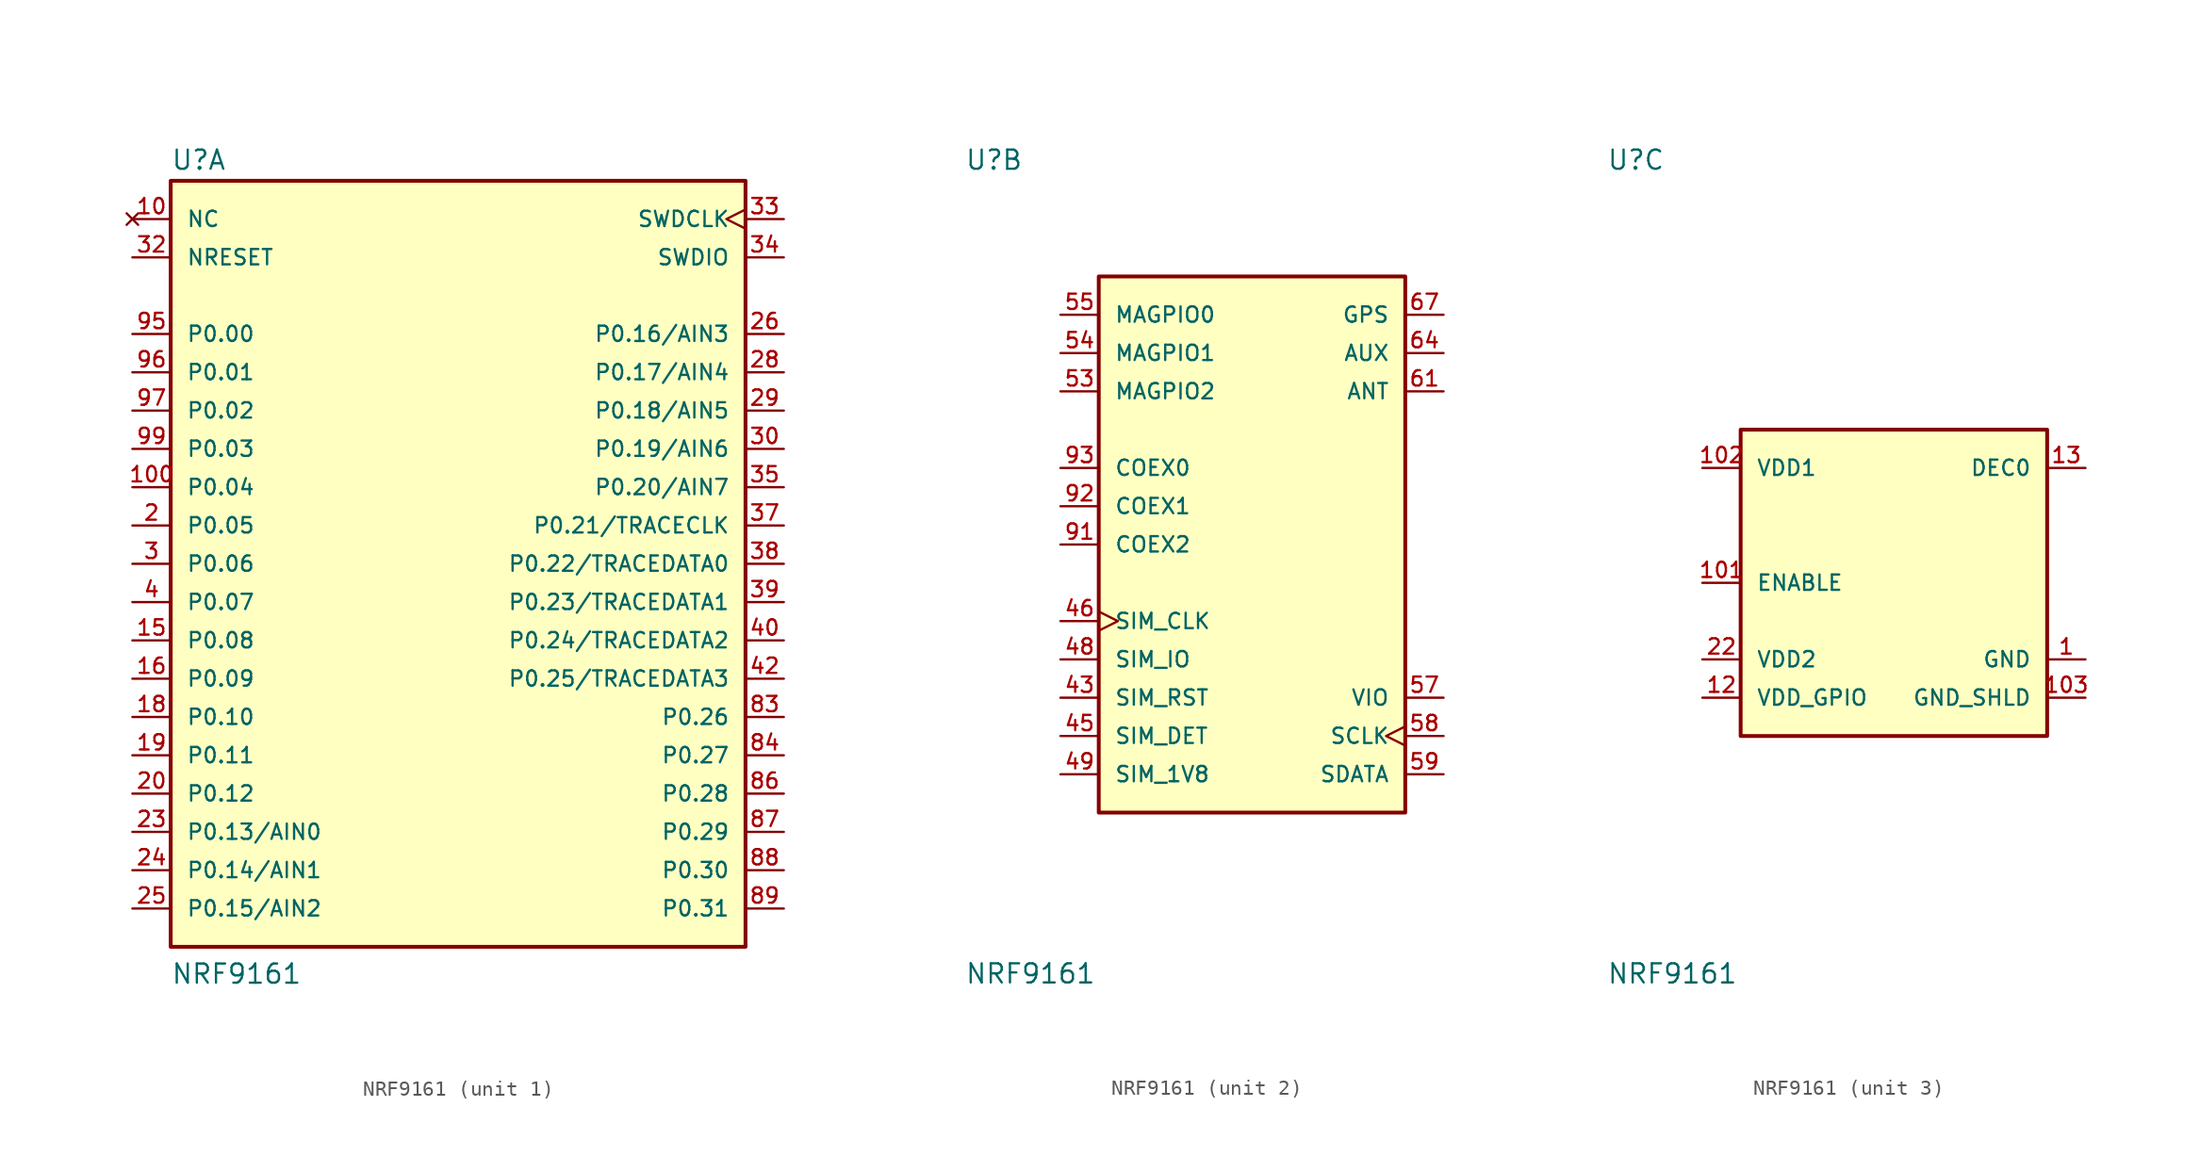
<source format=kicad_sym>
(kicad_symbol_lib
  (version 20231120)
  (generator "kicad_symbol_editor")
  (generator_version "8.0")
  (symbol "NRF9161"
    (pin_names
      (offset 1.016))
    (property "Reference" "U"
      (at -19.05 26.035 0)
      (effects (font (size 1.27 1.27)) (justify left bottom)))
    (property "Value" "NRF9161"
      (at -19.05 -27.94 0)
      (effects (font (size 1.27 1.27)) (justify left bottom)))
    (property "ki_locked" ""
      (at 0 0 0)
      (effects (font (size 1.27 1.27))))
    (symbol "NRF9161_1_0"
      (rectangle (start -19.05 25.4) (end 19.05 -25.4) (stroke (width 0.254) (type default)) (fill (type background)))
      (pin no_connect line (at -21.59 22.86 0) (length 2.54) (name "NC" (effects (font (size 1.016 1.016)))) (number "10" (effects (font (size 1.016 1.016)))))
      (pin bidirectional line (at -21.59 5.08 0) (length 2.54) (name "P0.04" (effects (font (size 1.016 1.016)))) (number "100" (effects (font (size 1.016 1.016)))))
      (pin no_connect line (at -21.59 22.86 0) (length 2.54) hide (name "NC" (effects (font (size 1.016 1.016)))) (number "104" (effects (font (size 1.016 1.016)))))
      (pin no_connect line (at -21.59 22.86 0) (length 2.54) hide (name "NC" (effects (font (size 1.016 1.016)))) (number "105" (effects (font (size 1.016 1.016)))))
      (pin no_connect line (at -21.59 22.86 0) (length 2.54) hide (name "NC" (effects (font (size 1.016 1.016)))) (number "106" (effects (font (size 1.016 1.016)))))
      (pin no_connect line (at -21.59 22.86 0) (length 2.54) hide (name "NC" (effects (font (size 1.016 1.016)))) (number "107" (effects (font (size 1.016 1.016)))))
      (pin no_connect line (at -21.59 22.86 0) (length 2.54) hide (name "NC" (effects (font (size 1.016 1.016)))) (number "108" (effects (font (size 1.016 1.016)))))
      (pin no_connect line (at -21.59 22.86 0) (length 2.54) hide (name "NC" (effects (font (size 1.016 1.016)))) (number "109" (effects (font (size 1.016 1.016)))))
      (pin no_connect line (at -21.59 22.86 0) (length 2.54) hide (name "NC" (effects (font (size 1.016 1.016)))) (number "110" (effects (font (size 1.016 1.016)))))
      (pin no_connect line (at -21.59 22.86 0) (length 2.54) hide (name "NC" (effects (font (size 1.016 1.016)))) (number "111" (effects (font (size 1.016 1.016)))))
      (pin no_connect line (at -21.59 22.86 0) (length 2.54) hide (name "NC" (effects (font (size 1.016 1.016)))) (number "112" (effects (font (size 1.016 1.016)))))
      (pin no_connect line (at -21.59 22.86 0) (length 2.54) hide (name "NC" (effects (font (size 1.016 1.016)))) (number "113" (effects (font (size 1.016 1.016)))))
      (pin no_connect line (at -21.59 22.86 0) (length 2.54) hide (name "NC" (effects (font (size 1.016 1.016)))) (number "114" (effects (font (size 1.016 1.016)))))
      (pin no_connect line (at -21.59 22.86 0) (length 2.54) hide (name "NC" (effects (font (size 1.016 1.016)))) (number "115" (effects (font (size 1.016 1.016)))))
      (pin no_connect line (at -21.59 22.86 0) (length 2.54) hide (name "NC" (effects (font (size 1.016 1.016)))) (number "116" (effects (font (size 1.016 1.016)))))
      (pin no_connect line (at -21.59 22.86 0) (length 2.54) hide (name "NC" (effects (font (size 1.016 1.016)))) (number "117" (effects (font (size 1.016 1.016)))))
      (pin no_connect line (at -21.59 22.86 0) (length 2.54) hide (name "NC" (effects (font (size 1.016 1.016)))) (number "118" (effects (font (size 1.016 1.016)))))
      (pin no_connect line (at -21.59 22.86 0) (length 2.54) hide (name "NC" (effects (font (size 1.016 1.016)))) (number "119" (effects (font (size 1.016 1.016)))))
      (pin no_connect line (at -21.59 22.86 0) (length 2.54) hide (name "NC" (effects (font (size 1.016 1.016)))) (number "120" (effects (font (size 1.016 1.016)))))
      (pin no_connect line (at -21.59 22.86 0) (length 2.54) hide (name "NC" (effects (font (size 1.016 1.016)))) (number "121" (effects (font (size 1.016 1.016)))))
      (pin no_connect line (at -21.59 22.86 0) (length 2.54) hide (name "NC" (effects (font (size 1.016 1.016)))) (number "122" (effects (font (size 1.016 1.016)))))
      (pin no_connect line (at -21.59 22.86 0) (length 2.54) hide (name "NC" (effects (font (size 1.016 1.016)))) (number "123" (effects (font (size 1.016 1.016)))))
      (pin no_connect line (at -21.59 22.86 0) (length 2.54) hide (name "NC" (effects (font (size 1.016 1.016)))) (number "124" (effects (font (size 1.016 1.016)))))
      (pin no_connect line (at -21.59 22.86 0) (length 2.54) hide (name "NC" (effects (font (size 1.016 1.016)))) (number "125" (effects (font (size 1.016 1.016)))))
      (pin no_connect line (at -21.59 22.86 0) (length 2.54) hide (name "NC" (effects (font (size 1.016 1.016)))) (number "126" (effects (font (size 1.016 1.016)))))
      (pin no_connect line (at -21.59 22.86 0) (length 2.54) hide (name "NC" (effects (font (size 1.016 1.016)))) (number "127" (effects (font (size 1.016 1.016)))))
      (pin bidirectional line (at -21.59 -5.08 0) (length 2.54) (name "P0.08" (effects (font (size 1.016 1.016)))) (number "15" (effects (font (size 1.016 1.016)))))
      (pin bidirectional line (at -21.59 -7.62 0) (length 2.54) (name "P0.09" (effects (font (size 1.016 1.016)))) (number "16" (effects (font (size 1.016 1.016)))))
      (pin bidirectional line (at -21.59 -10.16 0) (length 2.54) (name "P0.10" (effects (font (size 1.016 1.016)))) (number "18" (effects (font (size 1.016 1.016)))))
      (pin bidirectional line (at -21.59 -12.7 0) (length 2.54) (name "P0.11" (effects (font (size 1.016 1.016)))) (number "19" (effects (font (size 1.016 1.016)))))
      (pin bidirectional line (at -21.59 2.54 0) (length 2.54) (name "P0.05" (effects (font (size 1.016 1.016)))) (number "2" (effects (font (size 1.016 1.016)))))
      (pin bidirectional line (at -21.59 -15.24 0) (length 2.54) (name "P0.12" (effects (font (size 1.016 1.016)))) (number "20" (effects (font (size 1.016 1.016)))))
      (pin bidirectional line (at -21.59 -17.78 0) (length 2.54) (name "P0.13/AIN0" (effects (font (size 1.016 1.016)))) (number "23" (effects (font (size 1.016 1.016)))))
      (pin bidirectional line (at -21.59 -20.32 0) (length 2.54) (name "P0.14/AIN1" (effects (font (size 1.016 1.016)))) (number "24" (effects (font (size 1.016 1.016)))))
      (pin bidirectional line (at -21.59 -22.86 0) (length 2.54) (name "P0.15/AIN2" (effects (font (size 1.016 1.016)))) (number "25" (effects (font (size 1.016 1.016)))))
      (pin bidirectional line (at 21.59 15.24 180) (length 2.54) (name "P0.16/AIN3" (effects (font (size 1.016 1.016)))) (number "26" (effects (font (size 1.016 1.016)))))
      (pin bidirectional line (at 21.59 12.7 180) (length 2.54) (name "P0.17/AIN4" (effects (font (size 1.016 1.016)))) (number "28" (effects (font (size 1.016 1.016)))))
      (pin bidirectional line (at 21.59 10.16 180) (length 2.54) (name "P0.18/AIN5" (effects (font (size 1.016 1.016)))) (number "29" (effects (font (size 1.016 1.016)))))
      (pin bidirectional line (at -21.59 0 0) (length 2.54) (name "P0.06" (effects (font (size 1.016 1.016)))) (number "3" (effects (font (size 1.016 1.016)))))
      (pin bidirectional line (at 21.59 7.62 180) (length 2.54) (name "P0.19/AIN6" (effects (font (size 1.016 1.016)))) (number "30" (effects (font (size 1.016 1.016)))))
      (pin input line (at -21.59 20.32 0) (length 2.54) (name "NRESET" (effects (font (size 1.016 1.016)))) (number "32" (effects (font (size 1.016 1.016)))))
      (pin input clock (at 21.59 22.86 180) (length 2.54) (name "SWDCLK" (effects (font (size 1.016 1.016)))) (number "33" (effects (font (size 1.016 1.016)))))
      (pin bidirectional line (at 21.59 20.32 180) (length 2.54) (name "SWDIO" (effects (font (size 1.016 1.016)))) (number "34" (effects (font (size 1.016 1.016)))))
      (pin bidirectional line (at 21.59 5.08 180) (length 2.54) (name "P0.20/AIN7" (effects (font (size 1.016 1.016)))) (number "35" (effects (font (size 1.016 1.016)))))
      (pin bidirectional line (at 21.59 2.54 180) (length 2.54) (name "P0.21/TRACECLK" (effects (font (size 1.016 1.016)))) (number "37" (effects (font (size 1.016 1.016)))))
      (pin bidirectional line (at 21.59 0 180) (length 2.54) (name "P0.22/TRACEDATA0" (effects (font (size 1.016 1.016)))) (number "38" (effects (font (size 1.016 1.016)))))
      (pin bidirectional line (at 21.59 -2.54 180) (length 2.54) (name "P0.23/TRACEDATA1" (effects (font (size 1.016 1.016)))) (number "39" (effects (font (size 1.016 1.016)))))
      (pin bidirectional line (at -21.59 -2.54 0) (length 2.54) (name "P0.07" (effects (font (size 1.016 1.016)))) (number "4" (effects (font (size 1.016 1.016)))))
      (pin bidirectional line (at 21.59 -5.08 180) (length 2.54) (name "P0.24/TRACEDATA2" (effects (font (size 1.016 1.016)))) (number "40" (effects (font (size 1.016 1.016)))))
      (pin bidirectional line (at 21.59 -7.62 180) (length 2.54) (name "P0.25/TRACEDATA3" (effects (font (size 1.016 1.016)))) (number "42" (effects (font (size 1.016 1.016)))))
      (pin no_connect line (at -21.59 22.86 0) (length 2.54) hide (name "NC" (effects (font (size 1.016 1.016)))) (number "51" (effects (font (size 1.016 1.016)))))
      (pin no_connect line (at -21.59 22.86 0) (length 2.54) hide (name "NC" (effects (font (size 1.016 1.016)))) (number "70" (effects (font (size 1.016 1.016)))))
      (pin no_connect line (at -21.59 22.86 0) (length 2.54) hide (name "NC" (effects (font (size 1.016 1.016)))) (number "71" (effects (font (size 1.016 1.016)))))
      (pin no_connect line (at -21.59 22.86 0) (length 2.54) hide (name "NC" (effects (font (size 1.016 1.016)))) (number "73" (effects (font (size 1.016 1.016)))))
      (pin bidirectional line (at 21.59 -10.16 180) (length 2.54) (name "P0.26" (effects (font (size 1.016 1.016)))) (number "83" (effects (font (size 1.016 1.016)))))
      (pin bidirectional line (at 21.59 -12.7 180) (length 2.54) (name "P0.27" (effects (font (size 1.016 1.016)))) (number "84" (effects (font (size 1.016 1.016)))))
      (pin bidirectional line (at 21.59 -15.24 180) (length 2.54) (name "P0.28" (effects (font (size 1.016 1.016)))) (number "86" (effects (font (size 1.016 1.016)))))
      (pin bidirectional line (at 21.59 -17.78 180) (length 2.54) (name "P0.29" (effects (font (size 1.016 1.016)))) (number "87" (effects (font (size 1.016 1.016)))))
      (pin bidirectional line (at 21.59 -20.32 180) (length 2.54) (name "P0.30" (effects (font (size 1.016 1.016)))) (number "88" (effects (font (size 1.016 1.016)))))
      (pin bidirectional line (at 21.59 -22.86 180) (length 2.54) (name "P0.31" (effects (font (size 1.016 1.016)))) (number "89" (effects (font (size 1.016 1.016)))))
      (pin bidirectional line (at -21.59 15.24 0) (length 2.54) (name "P0.00" (effects (font (size 1.016 1.016)))) (number "95" (effects (font (size 1.016 1.016)))))
      (pin bidirectional line (at -21.59 12.7 0) (length 2.54) (name "P0.01" (effects (font (size 1.016 1.016)))) (number "96" (effects (font (size 1.016 1.016)))))
      (pin bidirectional line (at -21.59 10.16 0) (length 2.54) (name "P0.02" (effects (font (size 1.016 1.016)))) (number "97" (effects (font (size 1.016 1.016)))))
      (pin bidirectional line (at -21.59 7.62 0) (length 2.54) (name "P0.03" (effects (font (size 1.016 1.016)))) (number "99" (effects (font (size 1.016 1.016))))))
    (symbol "NRF9161_2_0"
      (rectangle (start -10.16 19.05) (end 10.16 -16.51) (stroke (width 0.254) (type default)) (fill (type background)))
      (pin bidirectional line (at -12.7 -8.89 0) (length 2.54) (name "SIM_RST" (effects (font (size 1.016 1.016)))) (number "43" (effects (font (size 1.016 1.016)))))
      (pin bidirectional line (at -12.7 -11.43 0) (length 2.54) (name "SIM_DET" (effects (font (size 1.016 1.016)))) (number "45" (effects (font (size 1.016 1.016)))))
      (pin bidirectional clock (at -12.7 -3.81 0) (length 2.54) (name "SIM_CLK" (effects (font (size 1.016 1.016)))) (number "46" (effects (font (size 1.016 1.016)))))
      (pin bidirectional line (at -12.7 -6.35 0) (length 2.54) (name "SIM_IO" (effects (font (size 1.016 1.016)))) (number "48" (effects (font (size 1.016 1.016)))))
      (pin power_in line (at -12.7 -13.97 0) (length 2.54) (name "SIM_1V8" (effects (font (size 1.016 1.016)))) (number "49" (effects (font (size 1.016 1.016)))))
      (pin bidirectional line (at -12.7 11.43 0) (length 2.54) (name "MAGPIO2" (effects (font (size 1.016 1.016)))) (number "53" (effects (font (size 1.016 1.016)))))
      (pin bidirectional line (at -12.7 13.97 0) (length 2.54) (name "MAGPIO1" (effects (font (size 1.016 1.016)))) (number "54" (effects (font (size 1.016 1.016)))))
      (pin bidirectional line (at -12.7 16.51 0) (length 2.54) (name "MAGPIO0" (effects (font (size 1.016 1.016)))) (number "55" (effects (font (size 1.016 1.016)))))
      (pin power_in line (at 12.7 -8.89 180) (length 2.54) (name "VIO" (effects (font (size 1.016 1.016)))) (number "57" (effects (font (size 1.016 1.016)))))
      (pin bidirectional clock (at 12.7 -11.43 180) (length 2.54) (name "SCLK" (effects (font (size 1.016 1.016)))) (number "58" (effects (font (size 1.016 1.016)))))
      (pin bidirectional line (at 12.7 -13.97 180) (length 2.54) (name "SDATA" (effects (font (size 1.016 1.016)))) (number "59" (effects (font (size 1.016 1.016)))))
      (pin bidirectional line (at 12.7 11.43 180) (length 2.54) (name "ANT" (effects (font (size 1.016 1.016)))) (number "61" (effects (font (size 1.016 1.016)))))
      (pin output line (at 12.7 13.97 180) (length 2.54) (name "AUX" (effects (font (size 1.016 1.016)))) (number "64" (effects (font (size 1.016 1.016)))))
      (pin input line (at 12.7 16.51 180) (length 2.54) (name "GPS" (effects (font (size 1.016 1.016)))) (number "67" (effects (font (size 1.016 1.016)))))
      (pin bidirectional line (at -12.7 1.27 0) (length 2.54) (name "COEX2" (effects (font (size 1.016 1.016)))) (number "91" (effects (font (size 1.016 1.016)))))
      (pin bidirectional line (at -12.7 3.81 0) (length 2.54) (name "COEX1" (effects (font (size 1.016 1.016)))) (number "92" (effects (font (size 1.016 1.016)))))
      (pin bidirectional line (at -12.7 6.35 0) (length 2.54) (name "COEX0" (effects (font (size 1.016 1.016)))) (number "93" (effects (font (size 1.016 1.016))))))
    (symbol "NRF9161_3_0"
      (rectangle (start -10.16 8.89) (end 10.16 -11.43) (stroke (width 0.254) (type default)) (fill (type background)))
      (pin power_in line (at 12.7 -6.35 180) (length 2.54) (name "GND" (effects (font (size 1.016 1.016)))) (number "1" (effects (font (size 1.016 1.016)))))
      (pin input line (at -12.7 -1.27 0) (length 2.54) (name "ENABLE" (effects (font (size 1.016 1.016)))) (number "101" (effects (font (size 1.016 1.016)))))
      (pin power_in line (at -12.7 6.35 0) (length 2.54) (name "VDD1" (effects (font (size 1.016 1.016)))) (number "102" (effects (font (size 1.016 1.016)))))
      (pin power_in line (at 12.7 -8.89 180) (length 2.54) (name "GND_SHLD" (effects (font (size 1.016 1.016)))) (number "103" (effects (font (size 1.016 1.016)))))
      (pin power_in line (at 12.7 -8.89 180) (length 2.54) hide (name "GND_SHLD" (effects (font (size 1.016 1.016)))) (number "103_10" (effects (font (size 1.016 1.016)))))
      (pin power_in line (at 12.7 -8.89 180) (length 2.54) hide (name "GND_SHLD" (effects (font (size 1.016 1.016)))) (number "103_11" (effects (font (size 1.016 1.016)))))
      (pin power_in line (at 12.7 -8.89 180) (length 2.54) hide (name "GND_SHLD" (effects (font (size 1.016 1.016)))) (number "103_12" (effects (font (size 1.016 1.016)))))
      (pin power_in line (at 12.7 -8.89 180) (length 2.54) hide (name "GND_SHLD" (effects (font (size 1.016 1.016)))) (number "103_13" (effects (font (size 1.016 1.016)))))
      (pin power_in line (at 12.7 -8.89 180) (length 2.54) hide (name "GND_SHLD" (effects (font (size 1.016 1.016)))) (number "103_14" (effects (font (size 1.016 1.016)))))
      (pin power_in line (at 12.7 -8.89 180) (length 2.54) hide (name "GND_SHLD" (effects (font (size 1.016 1.016)))) (number "103_15" (effects (font (size 1.016 1.016)))))
      (pin power_in line (at 12.7 -8.89 180) (length 2.54) hide (name "GND_SHLD" (effects (font (size 1.016 1.016)))) (number "103_16" (effects (font (size 1.016 1.016)))))
      (pin power_in line (at 12.7 -8.89 180) (length 2.54) hide (name "GND_SHLD" (effects (font (size 1.016 1.016)))) (number "103_17" (effects (font (size 1.016 1.016)))))
      (pin power_in line (at 12.7 -8.89 180) (length 2.54) hide (name "GND_SHLD" (effects (font (size 1.016 1.016)))) (number "103_18" (effects (font (size 1.016 1.016)))))
      (pin power_in line (at 12.7 -8.89 180) (length 2.54) hide (name "GND_SHLD" (effects (font (size 1.016 1.016)))) (number "103_19" (effects (font (size 1.016 1.016)))))
      (pin power_in line (at 12.7 -8.89 180) (length 2.54) hide (name "GND_SHLD" (effects (font (size 1.016 1.016)))) (number "103_2" (effects (font (size 1.016 1.016)))))
      (pin power_in line (at 12.7 -8.89 180) (length 2.54) hide (name "GND_SHLD" (effects (font (size 1.016 1.016)))) (number "103_20" (effects (font (size 1.016 1.016)))))
      (pin power_in line (at 12.7 -8.89 180) (length 2.54) hide (name "GND_SHLD" (effects (font (size 1.016 1.016)))) (number "103_21" (effects (font (size 1.016 1.016)))))
      (pin power_in line (at 12.7 -8.89 180) (length 2.54) hide (name "GND_SHLD" (effects (font (size 1.016 1.016)))) (number "103_23" (effects (font (size 1.016 1.016)))))
      (pin power_in line (at 12.7 -8.89 180) (length 2.54) hide (name "GND_SHLD" (effects (font (size 1.016 1.016)))) (number "103_24" (effects (font (size 1.016 1.016)))))
      (pin power_in line (at 12.7 -8.89 180) (length 2.54) hide (name "GND_SHLD" (effects (font (size 1.016 1.016)))) (number "103_25" (effects (font (size 1.016 1.016)))))
      (pin power_in line (at 12.7 -8.89 180) (length 2.54) hide (name "GND_SHLD" (effects (font (size 1.016 1.016)))) (number "103_26" (effects (font (size 1.016 1.016)))))
      (pin power_in line (at 12.7 -8.89 180) (length 2.54) hide (name "GND_SHLD" (effects (font (size 1.016 1.016)))) (number "103_27" (effects (font (size 1.016 1.016)))))
      (pin power_in line (at 12.7 -8.89 180) (length 2.54) hide (name "GND_SHLD" (effects (font (size 1.016 1.016)))) (number "103_28" (effects (font (size 1.016 1.016)))))
      (pin power_in line (at 12.7 -8.89 180) (length 2.54) hide (name "GND_SHLD" (effects (font (size 1.016 1.016)))) (number "103_29" (effects (font (size 1.016 1.016)))))
      (pin power_in line (at 12.7 -8.89 180) (length 2.54) hide (name "GND_SHLD" (effects (font (size 1.016 1.016)))) (number "103_3" (effects (font (size 1.016 1.016)))))
      (pin power_in line (at 12.7 -8.89 180) (length 2.54) hide (name "GND_SHLD" (effects (font (size 1.016 1.016)))) (number "103_30" (effects (font (size 1.016 1.016)))))
      (pin power_in line (at 12.7 -8.89 180) (length 2.54) hide (name "GND_SHLD" (effects (font (size 1.016 1.016)))) (number "103_31" (effects (font (size 1.016 1.016)))))
      (pin power_in line (at 12.7 -8.89 180) (length 2.54) hide (name "GND_SHLD" (effects (font (size 1.016 1.016)))) (number "103_32" (effects (font (size 1.016 1.016)))))
      (pin power_in line (at 12.7 -8.89 180) (length 2.54) hide (name "GND_SHLD" (effects (font (size 1.016 1.016)))) (number "103_33" (effects (font (size 1.016 1.016)))))
      (pin power_in line (at 12.7 -8.89 180) (length 2.54) hide (name "GND_SHLD" (effects (font (size 1.016 1.016)))) (number "103_34" (effects (font (size 1.016 1.016)))))
      (pin power_in line (at 12.7 -8.89 180) (length 2.54) hide (name "GND_SHLD" (effects (font (size 1.016 1.016)))) (number "103_35" (effects (font (size 1.016 1.016)))))
      (pin power_in line (at 12.7 -8.89 180) (length 2.54) hide (name "GND_SHLD" (effects (font (size 1.016 1.016)))) (number "103_4" (effects (font (size 1.016 1.016)))))
      (pin power_in line (at 12.7 -8.89 180) (length 2.54) hide (name "GND_SHLD" (effects (font (size 1.016 1.016)))) (number "103_5" (effects (font (size 1.016 1.016)))))
      (pin power_in line (at 12.7 -8.89 180) (length 2.54) hide (name "GND_SHLD" (effects (font (size 1.016 1.016)))) (number "103_6" (effects (font (size 1.016 1.016)))))
      (pin power_in line (at 12.7 -8.89 180) (length 2.54) hide (name "GND_SHLD" (effects (font (size 1.016 1.016)))) (number "103_7" (effects (font (size 1.016 1.016)))))
      (pin power_in line (at 12.7 -8.89 180) (length 2.54) hide (name "GND_SHLD" (effects (font (size 1.016 1.016)))) (number "103_9" (effects (font (size 1.016 1.016)))))
      (pin power_in line (at 12.7 -6.35 180) (length 2.54) hide (name "GND" (effects (font (size 1.016 1.016)))) (number "11" (effects (font (size 1.016 1.016)))))
      (pin power_in line (at -12.7 -8.89 0) (length 2.54) (name "VDD_GPIO" (effects (font (size 1.016 1.016)))) (number "12" (effects (font (size 1.016 1.016)))))
      (pin power_in line (at 12.7 6.35 180) (length 2.54) (name "DEC0" (effects (font (size 1.016 1.016)))) (number "13" (effects (font (size 1.016 1.016)))))
      (pin power_in line (at 12.7 -6.35 180) (length 2.54) hide (name "GND" (effects (font (size 1.016 1.016)))) (number "14" (effects (font (size 1.016 1.016)))))
      (pin power_in line (at 12.7 -6.35 180) (length 2.54) hide (name "GND" (effects (font (size 1.016 1.016)))) (number "17" (effects (font (size 1.016 1.016)))))
      (pin power_in line (at 12.7 -6.35 180) (length 2.54) hide (name "GND" (effects (font (size 1.016 1.016)))) (number "21" (effects (font (size 1.016 1.016)))))
      (pin power_in line (at -12.7 -6.35 0) (length 2.54) (name "VDD2" (effects (font (size 1.016 1.016)))) (number "22" (effects (font (size 1.016 1.016)))))
      (pin power_in line (at 12.7 -6.35 180) (length 2.54) hide (name "GND" (effects (font (size 1.016 1.016)))) (number "27" (effects (font (size 1.016 1.016)))))
      (pin power_in line (at 12.7 -6.35 180) (length 2.54) hide (name "GND" (effects (font (size 1.016 1.016)))) (number "31" (effects (font (size 1.016 1.016)))))
      (pin power_in line (at 12.7 -6.35 180) (length 2.54) hide (name "GND" (effects (font (size 1.016 1.016)))) (number "36" (effects (font (size 1.016 1.016)))))
      (pin power_in line (at 12.7 -6.35 180) (length 2.54) hide (name "GND" (effects (font (size 1.016 1.016)))) (number "41" (effects (font (size 1.016 1.016)))))
      (pin power_in line (at 12.7 -6.35 180) (length 2.54) hide (name "GND" (effects (font (size 1.016 1.016)))) (number "44" (effects (font (size 1.016 1.016)))))
      (pin power_in line (at 12.7 -6.35 180) (length 2.54) hide (name "GND" (effects (font (size 1.016 1.016)))) (number "47" (effects (font (size 1.016 1.016)))))
      (pin power_in line (at 12.7 -6.35 180) (length 2.54) hide (name "GND" (effects (font (size 1.016 1.016)))) (number "5" (effects (font (size 1.016 1.016)))))
      (pin power_in line (at 12.7 -6.35 180) (length 2.54) hide (name "GND" (effects (font (size 1.016 1.016)))) (number "50" (effects (font (size 1.016 1.016)))))
      (pin power_in line (at 12.7 -6.35 180) (length 2.54) hide (name "GND" (effects (font (size 1.016 1.016)))) (number "52" (effects (font (size 1.016 1.016)))))
      (pin power_in line (at 12.7 -6.35 180) (length 2.54) hide (name "GND" (effects (font (size 1.016 1.016)))) (number "56" (effects (font (size 1.016 1.016)))))
      (pin power_in line (at 12.7 -6.35 180) (length 2.54) hide (name "GND" (effects (font (size 1.016 1.016)))) (number "6" (effects (font (size 1.016 1.016)))))
      (pin power_in line (at 12.7 -6.35 180) (length 2.54) hide (name "GND" (effects (font (size 1.016 1.016)))) (number "60" (effects (font (size 1.016 1.016)))))
      (pin power_in line (at 12.7 -6.35 180) (length 2.54) hide (name "GND" (effects (font (size 1.016 1.016)))) (number "62" (effects (font (size 1.016 1.016)))))
      (pin power_in line (at 12.7 -6.35 180) (length 2.54) hide (name "GND" (effects (font (size 1.016 1.016)))) (number "63" (effects (font (size 1.016 1.016)))))
      (pin power_in line (at 12.7 -6.35 180) (length 2.54) hide (name "GND" (effects (font (size 1.016 1.016)))) (number "65" (effects (font (size 1.016 1.016)))))
      (pin power_in line (at 12.7 -6.35 180) (length 2.54) hide (name "GND" (effects (font (size 1.016 1.016)))) (number "66" (effects (font (size 1.016 1.016)))))
      (pin power_in line (at 12.7 -6.35 180) (length 2.54) hide (name "GND" (effects (font (size 1.016 1.016)))) (number "68" (effects (font (size 1.016 1.016)))))
      (pin power_in line (at 12.7 -6.35 180) (length 2.54) hide (name "GND" (effects (font (size 1.016 1.016)))) (number "69" (effects (font (size 1.016 1.016)))))
      (pin power_in line (at 12.7 -6.35 180) (length 2.54) hide (name "GND" (effects (font (size 1.016 1.016)))) (number "7" (effects (font (size 1.016 1.016)))))
      (pin power_in line (at 12.7 -6.35 180) (length 2.54) hide (name "GND" (effects (font (size 1.016 1.016)))) (number "72" (effects (font (size 1.016 1.016)))))
      (pin power_in line (at 12.7 -6.35 180) (length 2.54) hide (name "GND" (effects (font (size 1.016 1.016)))) (number "74" (effects (font (size 1.016 1.016)))))
      (pin power_in line (at 12.7 -6.35 180) (length 2.54) hide (name "GND" (effects (font (size 1.016 1.016)))) (number "75" (effects (font (size 1.016 1.016)))))
      (pin power_in line (at 12.7 -6.35 180) (length 2.54) hide (name "GND" (effects (font (size 1.016 1.016)))) (number "76" (effects (font (size 1.016 1.016)))))
      (pin power_in line (at 12.7 -6.35 180) (length 2.54) hide (name "GND" (effects (font (size 1.016 1.016)))) (number "77" (effects (font (size 1.016 1.016)))))
      (pin power_in line (at 12.7 -6.35 180) (length 2.54) hide (name "GND" (effects (font (size 1.016 1.016)))) (number "78" (effects (font (size 1.016 1.016)))))
      (pin power_in line (at 12.7 -6.35 180) (length 2.54) hide (name "GND" (effects (font (size 1.016 1.016)))) (number "79" (effects (font (size 1.016 1.016)))))
      (pin power_in line (at 12.7 -6.35 180) (length 2.54) hide (name "GND" (effects (font (size 1.016 1.016)))) (number "8" (effects (font (size 1.016 1.016)))))
      (pin power_in line (at 12.7 -6.35 180) (length 2.54) hide (name "GND" (effects (font (size 1.016 1.016)))) (number "80" (effects (font (size 1.016 1.016)))))
      (pin power_in line (at 12.7 -6.35 180) (length 2.54) hide (name "GND" (effects (font (size 1.016 1.016)))) (number "81" (effects (font (size 1.016 1.016)))))
      (pin power_in line (at 12.7 -6.35 180) (length 2.54) hide (name "GND" (effects (font (size 1.016 1.016)))) (number "82" (effects (font (size 1.016 1.016)))))
      (pin power_in line (at 12.7 -6.35 180) (length 2.54) hide (name "GND" (effects (font (size 1.016 1.016)))) (number "85" (effects (font (size 1.016 1.016)))))
      (pin power_in line (at 12.7 -6.35 180) (length 2.54) hide (name "GND" (effects (font (size 1.016 1.016)))) (number "9" (effects (font (size 1.016 1.016)))))
      (pin power_in line (at 12.7 -6.35 180) (length 2.54) hide (name "GND" (effects (font (size 1.016 1.016)))) (number "90" (effects (font (size 1.016 1.016)))))
      (pin power_in line (at 12.7 -6.35 180) (length 2.54) hide (name "GND" (effects (font (size 1.016 1.016)))) (number "94" (effects (font (size 1.016 1.016)))))
      (pin power_in line (at 12.7 -6.35 180) (length 2.54) hide (name "GND" (effects (font (size 1.016 1.016)))) (number "98" (effects (font (size 1.016 1.016))))))))
</source>
